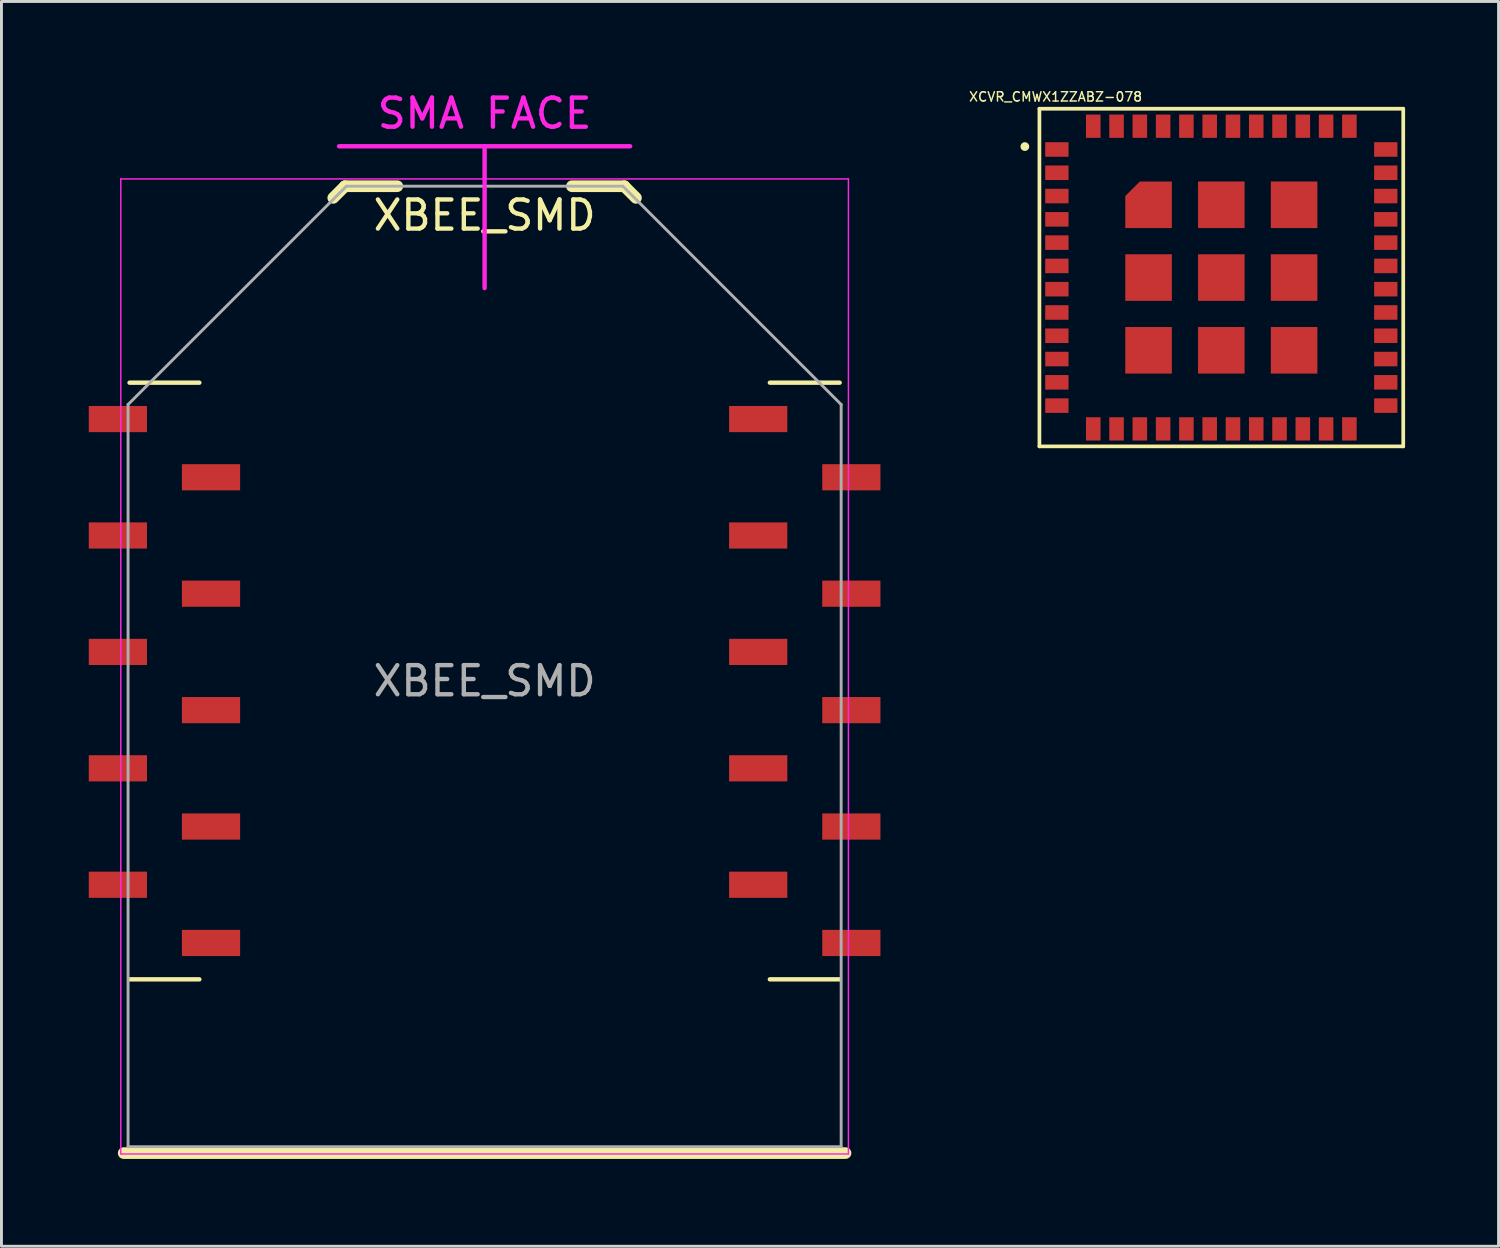
<source format=kicad_pcb>
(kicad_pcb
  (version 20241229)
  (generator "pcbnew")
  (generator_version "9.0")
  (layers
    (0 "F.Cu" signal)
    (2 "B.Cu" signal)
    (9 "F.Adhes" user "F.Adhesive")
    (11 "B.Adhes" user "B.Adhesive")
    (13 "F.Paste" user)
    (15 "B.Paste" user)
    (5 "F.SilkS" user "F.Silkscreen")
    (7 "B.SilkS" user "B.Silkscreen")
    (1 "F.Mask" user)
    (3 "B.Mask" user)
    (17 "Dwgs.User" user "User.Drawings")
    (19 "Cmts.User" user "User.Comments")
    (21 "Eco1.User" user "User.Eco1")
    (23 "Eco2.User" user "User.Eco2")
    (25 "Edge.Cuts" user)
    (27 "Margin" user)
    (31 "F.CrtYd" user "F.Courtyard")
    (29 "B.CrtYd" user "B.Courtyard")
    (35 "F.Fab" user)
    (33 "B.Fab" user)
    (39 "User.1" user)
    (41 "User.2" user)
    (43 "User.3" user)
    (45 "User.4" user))
  (footprint "XBEE_SMD"
    (layer "F.Cu")
    (at 13.6 20.348)
    (property "Reference" "XBEE_SMD" (at 0 -16 0) (layer "F.SilkS") (effects (font (size 1 1) (thickness 0.15))))
    (attr through_hole)
    (fp_line (start -9.8 -10.25) (end -12.2 -10.25) (stroke (width 0.15) (type solid)) (layer "F.SilkS"))
    (fp_line (start -9.8 10.25) (end -12.2 10.25) (stroke (width 0.15) (type solid)) (layer "F.SilkS"))
    (fp_line (start -4.8 -17) (end -5.2 -16.6) (stroke (width 0.4) (type solid)) (layer "F.SilkS"))
    (fp_line (start -4.8 -17) (end -3 -17) (stroke (width 0.4) (type solid)) (layer "F.SilkS"))
    (fp_line (start 4.8 -17) (end 3 -17) (stroke (width 0.4) (type solid)) (layer "F.SilkS"))
    (fp_line (start 4.8 -17) (end 5.2 -16.6) (stroke (width 0.4) (type solid)) (layer "F.SilkS"))
    (fp_line (start 12.2 -10.25) (end 9.8 -10.25) (stroke (width 0.15) (type solid)) (layer "F.SilkS"))
    (fp_line (start 12.2 10.25) (end 9.8 10.25) (stroke (width 0.15) (type solid)) (layer "F.SilkS"))
    (fp_line (start 12.4 16.22) (end -12.4 16.22) (stroke (width 0.4) (type solid)) (layer "F.SilkS"))
    (fp_line (start -12.5 -17.25) (end -12.5 16.25) (stroke (width 0.05) (type solid)) (layer "F.CrtYd"))
    (fp_line (start -12.5 -17.25) (end 12.5 -17.25) (stroke (width 0.05) (type solid)) (layer "F.CrtYd"))
    (fp_line (start -12.5 16.25) (end 12.5 16.25) (stroke (width 0.05) (type solid)) (layer "F.CrtYd"))
    (fp_line (start -5 -18.373) (end 5 -18.373) (stroke (width 0.15) (type solid)) (layer "F.CrtYd"))
    (fp_line (start 0 -18.373) (end 0 -13.5) (stroke (width 0.15) (type solid)) (layer "F.CrtYd"))
    (fp_line (start 12.5 -17.25) (end 12.5 16.25) (stroke (width 0.05) (type solid)) (layer "F.CrtYd"))
    (fp_line (start -12.25 -9.5) (end -12.25 16) (stroke (width 0.1) (type solid)) (layer "F.Fab"))
    (fp_line (start -12.25 -9.5) (end -4.75 -17) (stroke (width 0.1) (type solid)) (layer "F.Fab"))
    (fp_line (start -12.25 16) (end 12.25 16) (stroke (width 0.1) (type solid)) (layer "F.Fab"))
    (fp_line (start -4.75 -17) (end 4.75 -17) (stroke (width 0.1) (type solid)) (layer "F.Fab"))
    (fp_line (start 4.75 -17) (end 12.25 -9.5) (stroke (width 0.1) (type solid)) (layer "F.Fab"))
    (fp_line (start 12.25 -9.5) (end 12.25 16) (stroke (width 0.1) (type solid)) (layer "F.Fab"))
    (fp_text user "SMA FACE" (at 0 -19.5 0) (layer "F.CrtYd") (effects (font (size 1 1) (thickness 0.15))))
    (fp_text user "${REFERENCE}" (at 0 0 0) (layer "F.Fab") (effects (font (size 1 1) (thickness 0.15))))
    (pad "1" smd rect (at -12.6 -9) (size 2 0.9) (layers "F.Cu" "F.Mask" "F.Paste"))
    (pad "2" smd rect (at -9.4 -7) (size 2 0.9) (layers "F.Cu" "F.Mask" "F.Paste"))
    (pad "3" smd rect (at -12.6 -5) (size 2 0.9) (layers "F.Cu" "F.Mask" "F.Paste"))
    (pad "4" smd rect (at -9.4 -3) (size 2 0.9) (layers "F.Cu" "F.Mask" "F.Paste"))
    (pad "5" smd rect (at -12.6 -1) (size 2 0.9) (layers "F.Cu" "F.Mask" "F.Paste"))
    (pad "6" smd rect (at -9.4 1) (size 2 0.9) (layers "F.Cu" "F.Mask" "F.Paste"))
    (pad "7" smd rect (at -12.6 3) (size 2 0.9) (layers "F.Cu" "F.Mask" "F.Paste"))
    (pad "8" smd rect (at -9.4 5) (size 2 0.9) (layers "F.Cu" "F.Mask" "F.Paste"))
    (pad "9" smd rect (at -12.6 7) (size 2 0.9) (layers "F.Cu" "F.Mask" "F.Paste"))
    (pad "10" smd rect (at -9.4 9) (size 2 0.9) (layers "F.Cu" "F.Mask" "F.Paste"))
    (pad "11" smd rect (at 12.6 9) (size 2 0.9) (layers "F.Cu" "F.Mask" "F.Paste"))
    (pad "12" smd rect (at 9.4 7) (size 2 0.9) (layers "F.Cu" "F.Mask" "F.Paste"))
    (pad "13" smd rect (at 12.6 5) (size 2 0.9) (layers "F.Cu" "F.Mask" "F.Paste"))
    (pad "14" smd rect (at 9.4 3) (size 2 0.9) (layers "F.Cu" "F.Mask" "F.Paste"))
    (pad "15" smd rect (at 12.6 1) (size 2 0.9) (layers "F.Cu" "F.Mask" "F.Paste"))
    (pad "16" smd rect (at 9.4 -1) (size 2 0.9) (layers "F.Cu" "F.Mask" "F.Paste"))
    (pad "17" smd rect (at 12.6 -3) (size 2 0.9) (layers "F.Cu" "F.Mask" "F.Paste"))
    (pad "18" smd rect (at 9.4 -5) (size 2 0.9) (layers "F.Cu" "F.Mask" "F.Paste"))
    (pad "19" smd rect (at 12.6 -7) (size 2 0.9) (layers "F.Cu" "F.Mask" "F.Paste"))
    (pad "20" smd rect (at 9.4 -9) (size 2 0.9) (layers "F.Cu" "F.Mask" "F.Paste")))
  (footprint "XCVR_CMWX1ZZABZ-078"
    (layer "F.Cu")
    (at 38.912 6.486)
    (property "Reference" "XCVR_CMWX1ZZABZ-078" (at -5.694 -6.211 0) (layer "F.SilkS") (effects (font (size 0.32 0.32) (thickness 0.05))))
    (attr smd)
    (fp_poly (pts (xy -1.225 -1.65) (xy -0.975 -1.65) (xy 0.975 -1.65) (xy 1.225 -1.65)) (stroke (width 0) (type solid)) (fill yes) (layer "F.Cu"))
    (fp_poly (pts (xy -1.7 -1.7) (xy -1.7 -3.3) (xy -2.8 -3.3) (xy -3.3 -2.8) (xy -3.3 -1.7)) (stroke (width 0) (type solid)) (fill yes) (layer "F.Cu"))
    (fp_poly (pts (xy -1.225 -1.65) (xy -0.975 -1.65) (xy 0.975 -1.65) (xy 1.225 -1.65)) (stroke (width 0) (type solid)) (fill yes) (layer "F.Mask"))
    (fp_poly (pts (xy -3.4 -1.6) (xy -1.6 -1.6) (xy -1.6 -3.4) (xy -2.9 -3.4) (xy -3.4 -2.9)) (stroke (width 0) (type solid)) (fill yes) (layer "F.Mask"))
    (fp_line (start -6.25 -5.8) (end -6.25 5.8) (stroke (width 0.127) (type solid)) (layer "F.SilkS"))
    (fp_line (start 6.25 -5.8) (end -6.25 -5.8) (stroke (width 0.127) (type solid)) (layer "F.SilkS"))
    (fp_line (start 6.25 5.8) (end -6.25 5.8) (stroke (width 0.127) (type solid)) (layer "F.SilkS"))
    (fp_line (start 6.25 5.8) (end 6.25 -5.8) (stroke (width 0.127) (type solid)) (layer "F.SilkS"))
    (fp_circle (center -6.75 -4.5) (end -6.6 -4.5) (stroke (width 0) (type solid)) (fill yes) (layer "F.SilkS"))
    (fp_poly (pts (xy -1.7 -1.7) (xy -1.7 -3.3) (xy -2.8 -3.3) (xy -3.3 -2.8) (xy -3.3 -1.7)) (stroke (width 0) (type solid)) (fill yes) (layer "F.Paste"))
    (fp_line (start -6.5 -5.975) (end 6.5 -5.975) (stroke (width 0.05) (type solid)) (layer "Eco1.User"))
    (fp_line (start -6.5 5.975) (end -6.5 -5.975) (stroke (width 0.05) (type solid)) (layer "Eco1.User"))
    (fp_line (start 6.5 -5.975) (end 6.5 5.975) (stroke (width 0.05) (type solid)) (layer "Eco1.User"))
    (fp_line (start 6.5 5.975) (end -6.5 5.975) (stroke (width 0.05) (type solid)) (layer "Eco1.User"))
    (pad "1" smd rect (at -5.65 -4.4) (size 0.8 0.5) (layers "F.Cu" "F.Mask" "F.Paste"))
    (pad "2" smd rect (at -5.65 -3.6) (size 0.8 0.5) (layers "F.Cu" "F.Mask" "F.Paste"))
    (pad "3" smd rect (at -5.65 -2.8) (size 0.8 0.5) (layers "F.Cu" "F.Mask" "F.Paste"))
    (pad "4" smd rect (at -5.65 -2) (size 0.8 0.5) (layers "F.Cu" "F.Mask" "F.Paste"))
    (pad "5" smd rect (at -5.65 -1.2) (size 0.8 0.5) (layers "F.Cu" "F.Mask" "F.Paste"))
    (pad "6" smd rect (at -5.65 -0.4) (size 0.8 0.5) (layers "F.Cu" "F.Mask" "F.Paste"))
    (pad "7" smd rect (at -5.65 0.4) (size 0.8 0.5) (layers "F.Cu" "F.Mask" "F.Paste"))
    (pad "8" smd rect (at -5.65 1.2) (size 0.8 0.5) (layers "F.Cu" "F.Mask" "F.Paste"))
    (pad "9" smd rect (at -5.65 2) (size 0.8 0.5) (layers "F.Cu" "F.Mask" "F.Paste"))
    (pad "10" smd rect (at -5.65 2.8) (size 0.8 0.5) (layers "F.Cu" "F.Mask" "F.Paste"))
    (pad "11" smd rect (at -5.65 3.6) (size 0.8 0.5) (layers "F.Cu" "F.Mask" "F.Paste"))
    (pad "12" smd rect (at -5.65 4.4) (size 0.8 0.5) (layers "F.Cu" "F.Mask" "F.Paste"))
    (pad "13" smd rect (at -4.4 5.2 90) (size 0.8 0.5) (layers "F.Cu" "F.Mask" "F.Paste"))
    (pad "14" smd rect (at -3.6 5.2 90) (size 0.8 0.5) (layers "F.Cu" "F.Mask" "F.Paste"))
    (pad "15" smd rect (at -2.8 5.2 90) (size 0.8 0.5) (layers "F.Cu" "F.Mask" "F.Paste"))
    (pad "16" smd rect (at -2 5.2 90) (size 0.8 0.5) (layers "F.Cu" "F.Mask" "F.Paste"))
    (pad "17" smd rect (at -1.2 5.2 90) (size 0.8 0.5) (layers "F.Cu" "F.Mask" "F.Paste"))
    (pad "18" smd rect (at -0.4 5.2 90) (size 0.8 0.5) (layers "F.Cu" "F.Mask" "F.Paste"))
    (pad "19" smd rect (at 0.4 5.2 90) (size 0.8 0.5) (layers "F.Cu" "F.Mask" "F.Paste"))
    (pad "20" smd rect (at 1.2 5.2 90) (size 0.8 0.5) (layers "F.Cu" "F.Mask" "F.Paste"))
    (pad "21" smd rect (at 2 5.2 90) (size 0.8 0.5) (layers "F.Cu" "F.Mask" "F.Paste"))
    (pad "22" smd rect (at 2.8 5.2 90) (size 0.8 0.5) (layers "F.Cu" "F.Mask" "F.Paste"))
    (pad "23" smd rect (at 3.6 5.2 90) (size 0.8 0.5) (layers "F.Cu" "F.Mask" "F.Paste"))
    (pad "24" smd rect (at 4.4 5.2 90) (size 0.8 0.5) (layers "F.Cu" "F.Mask" "F.Paste"))
    (pad "25" smd rect (at 5.65 4.4 180) (size 0.8 0.5) (layers "F.Cu" "F.Mask" "F.Paste"))
    (pad "26" smd rect (at 5.65 3.6 180) (size 0.8 0.5) (layers "F.Cu" "F.Mask" "F.Paste"))
    (pad "27" smd rect (at 5.65 2.8 180) (size 0.8 0.5) (layers "F.Cu" "F.Mask" "F.Paste"))
    (pad "28" smd rect (at 5.65 2 180) (size 0.8 0.5) (layers "F.Cu" "F.Mask" "F.Paste"))
    (pad "29" smd rect (at 5.65 1.2 180) (size 0.8 0.5) (layers "F.Cu" "F.Mask" "F.Paste"))
    (pad "30" smd rect (at 5.65 0.4 180) (size 0.8 0.5) (layers "F.Cu" "F.Mask" "F.Paste"))
    (pad "31" smd rect (at 5.65 -0.4 180) (size 0.8 0.5) (layers "F.Cu" "F.Mask" "F.Paste"))
    (pad "32" smd rect (at 5.65 -1.2 180) (size 0.8 0.5) (layers "F.Cu" "F.Mask" "F.Paste"))
    (pad "33" smd rect (at 5.65 -2 180) (size 0.8 0.5) (layers "F.Cu" "F.Mask" "F.Paste"))
    (pad "34" smd rect (at 5.65 -2.8 180) (size 0.8 0.5) (layers "F.Cu" "F.Mask" "F.Paste"))
    (pad "35" smd rect (at 5.65 -3.6 180) (size 0.8 0.5) (layers "F.Cu" "F.Mask" "F.Paste"))
    (pad "36" smd rect (at 5.65 -4.4 180) (size 0.8 0.5) (layers "F.Cu" "F.Mask" "F.Paste"))
    (pad "37" smd rect (at 4.4 -5.2 270) (size 0.8 0.5) (layers "F.Cu" "F.Mask" "F.Paste"))
    (pad "38" smd rect (at 3.6 -5.2 270) (size 0.8 0.5) (layers "F.Cu" "F.Mask" "F.Paste"))
    (pad "39" smd rect (at 2.8 -5.2 270) (size 0.8 0.5) (layers "F.Cu" "F.Mask" "F.Paste"))
    (pad "40" smd rect (at 2 -5.2 270) (size 0.8 0.5) (layers "F.Cu" "F.Mask" "F.Paste"))
    (pad "41" smd rect (at 1.2 -5.2 270) (size 0.8 0.5) (layers "F.Cu" "F.Mask" "F.Paste"))
    (pad "42" smd rect (at 0.4 -5.2 270) (size 0.8 0.5) (layers "F.Cu" "F.Mask" "F.Paste"))
    (pad "43" smd rect (at -0.4 -5.2 270) (size 0.8 0.5) (layers "F.Cu" "F.Mask" "F.Paste"))
    (pad "44" smd rect (at -1.2 -5.2 270) (size 0.8 0.5) (layers "F.Cu" "F.Mask" "F.Paste"))
    (pad "45" smd rect (at -2 -5.2 270) (size 0.8 0.5) (layers "F.Cu" "F.Mask" "F.Paste"))
    (pad "46" smd rect (at -2.8 -5.2 270) (size 0.8 0.5) (layers "F.Cu" "F.Mask" "F.Paste"))
    (pad "47" smd rect (at -3.6 -5.2 270) (size 0.8 0.5) (layers "F.Cu" "F.Mask" "F.Paste"))
    (pad "48" smd rect (at -4.4 -5.2 270) (size 0.8 0.5) (layers "F.Cu" "F.Mask" "F.Paste"))
    (pad "49" smd rect (at -2.5 -2.5) (size 1 1) (layers "F.Cu" "F.Mask" "F.Paste"))
    (pad "50" smd rect (at 0 -2.5) (size 1.6 1.6) (layers "F.Cu" "F.Mask" "F.Paste"))
    (pad "51" smd rect (at 2.5 -2.5) (size 1.6 1.6) (layers "F.Cu" "F.Mask" "F.Paste"))
    (pad "52" smd rect (at -2.5 0) (size 1.6 1.6) (layers "F.Cu" "F.Mask" "F.Paste"))
    (pad "53" smd rect (at 0 0) (size 1.6 1.6) (layers "F.Cu" "F.Mask" "F.Paste"))
    (pad "54" smd rect (at 2.5 0) (size 1.6 1.6) (layers "F.Cu" "F.Mask" "F.Paste"))
    (pad "55" smd rect (at -2.5 2.5) (size 1.6 1.6) (layers "F.Cu" "F.Mask" "F.Paste"))
    (pad "56" smd rect (at 0 2.5) (size 1.6 1.6) (layers "F.Cu" "F.Mask" "F.Paste"))
    (pad "57" smd rect (at 2.5 2.5) (size 1.6 1.6) (layers "F.Cu" "F.Mask" "F.Paste")))
  (gr_rect
    (start -3 -3)
    (end 48.437 39.768)
    (stroke (width 0.1) (type default))
    (fill no)
    (layer "Edge.Cuts")))
</source>
